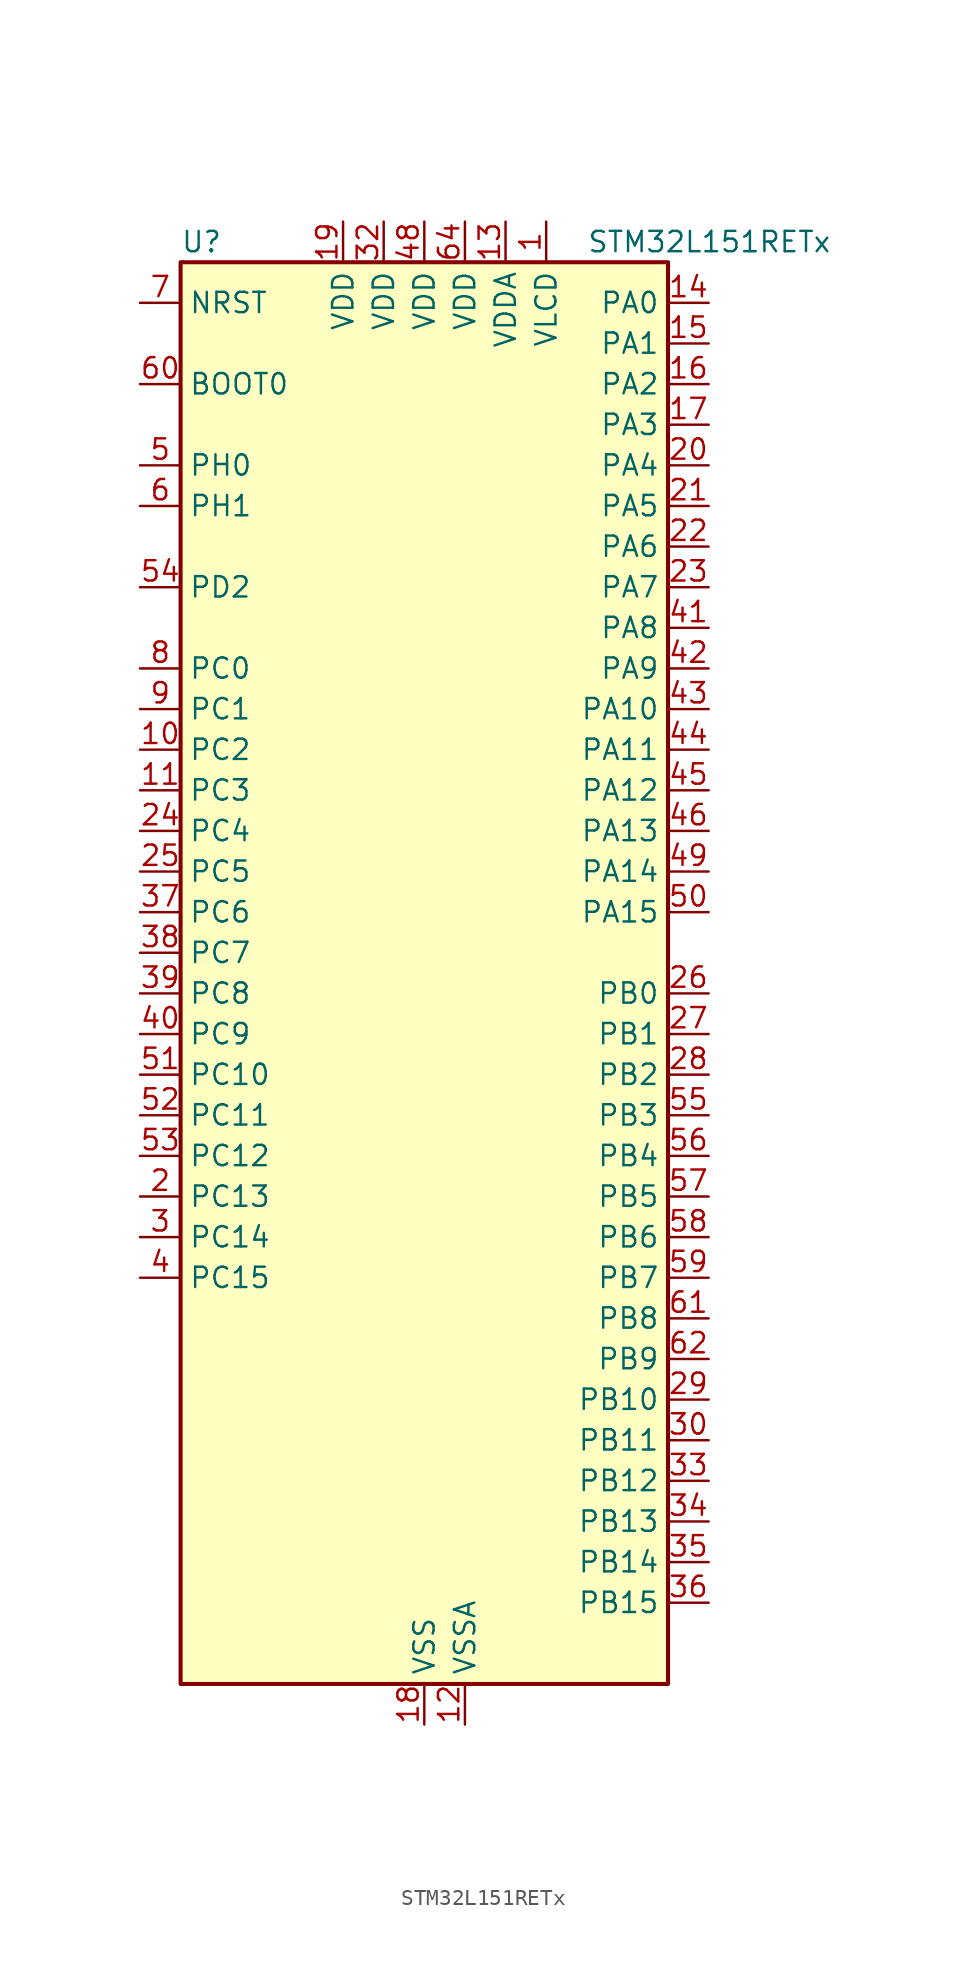
<source format=kicad_sym>
(kicad_symbol_lib
  (version 20231120)
  (generator "kicad-library-utils")
  (generator_version "8.0")
  (symbol "STM32L151RETx"
    (property "Reference" "U"
      (at -15.24 46.99 0)
      (effects (font (size 1.27 1.27)) (justify left)))
    (property "Value" "STM32L151RETx"
      (at 10.16 46.99 0)
      (effects (font (size 1.27 1.27)) (justify left)))
    (symbol "STM32L151RETx_0_1"
      (rectangle (start -15.24 -43.18) (end 15.24 45.72) (stroke (width 0.254) (type default)) (fill (type background))))
    (symbol "STM32L151RETx_1_1"
      (pin power_in line (at 7.62 48.26 270) (length 2.54) (name "VLCD" (effects (font (size 1.27 1.27)))) (number "1" (effects (font (size 1.27 1.27)))))
      (pin bidirectional line (at -17.78 15.24 0) (length 2.54) (name "PC2" (effects (font (size 1.27 1.27)))) (number "10" (effects (font (size 1.27 1.27)))) (alternate "ADC_IN12" bidirectional line) (alternate "COMP1_INP" bidirectional line) (alternate "TIMX_IC3" bidirectional line) (alternate "TS_G8_IO3" bidirectional line))
      (pin bidirectional line (at -17.78 12.7 0) (length 2.54) (name "PC3" (effects (font (size 1.27 1.27)))) (number "11" (effects (font (size 1.27 1.27)))) (alternate "ADC_IN13" bidirectional line) (alternate "COMP1_INP" bidirectional line) (alternate "TIMX_IC4" bidirectional line) (alternate "TS_G8_IO4" bidirectional line))
      (pin power_in line (at 2.54 -45.72 90) (length 2.54) (name "VSSA" (effects (font (size 1.27 1.27)))) (number "12" (effects (font (size 1.27 1.27)))))
      (pin power_in line (at 5.08 48.26 270) (length 2.54) (name "VDDA" (effects (font (size 1.27 1.27)))) (number "13" (effects (font (size 1.27 1.27)))))
      (pin bidirectional line (at 17.78 43.18 180) (length 2.54) (name "PA0" (effects (font (size 1.27 1.27)))) (number "14" (effects (font (size 1.27 1.27)))) (alternate "ADC_IN0" bidirectional line) (alternate "COMP1_INP" bidirectional line) (alternate "RTC_TAMP2" bidirectional line) (alternate "SYS_WKUP1" bidirectional line) (alternate "TIM2_CH1" bidirectional line) (alternate "TIM2_ETR" bidirectional line) (alternate "TIM5_CH1" bidirectional line) (alternate "TIMX_IC1" bidirectional line) (alternate "TS_G1_IO1" bidirectional line) (alternate "USART2_CTS" bidirectional line))
      (pin bidirectional line (at 17.78 40.64 180) (length 2.54) (name "PA1" (effects (font (size 1.27 1.27)))) (number "15" (effects (font (size 1.27 1.27)))) (alternate "ADC_IN1" bidirectional line) (alternate "COMP1_INP" bidirectional line) (alternate "OPAMP1_VINP" bidirectional line) (alternate "TIM2_CH2" bidirectional line) (alternate "TIM5_CH2" bidirectional line) (alternate "TIMX_IC2" bidirectional line) (alternate "TS_G1_IO2" bidirectional line) (alternate "USART2_RTS" bidirectional line))
      (pin bidirectional line (at 17.78 38.1 180) (length 2.54) (name "PA2" (effects (font (size 1.27 1.27)))) (number "16" (effects (font (size 1.27 1.27)))) (alternate "ADC_IN2" bidirectional line) (alternate "COMP1_INP" bidirectional line) (alternate "OPAMP1_VINM" bidirectional line) (alternate "TIM2_CH3" bidirectional line) (alternate "TIM5_CH3" bidirectional line) (alternate "TIM9_CH1" bidirectional line) (alternate "TIMX_IC3" bidirectional line) (alternate "TS_G1_IO3" bidirectional line) (alternate "USART2_TX" bidirectional line))
      (pin bidirectional line (at 17.78 35.56 180) (length 2.54) (name "PA3" (effects (font (size 1.27 1.27)))) (number "17" (effects (font (size 1.27 1.27)))) (alternate "ADC_IN3" bidirectional line) (alternate "COMP1_INP" bidirectional line) (alternate "OPAMP1_VOUT" bidirectional line) (alternate "TIM2_CH4" bidirectional line) (alternate "TIM5_CH4" bidirectional line) (alternate "TIM9_CH2" bidirectional line) (alternate "TIMX_IC4" bidirectional line) (alternate "TS_G1_IO4" bidirectional line) (alternate "USART2_RX" bidirectional line))
      (pin power_in line (at 0 -45.72 90) (length 2.54) (name "VSS" (effects (font (size 1.27 1.27)))) (number "18" (effects (font (size 1.27 1.27)))))
      (pin power_in line (at -5.08 48.26 270) (length 2.54) (name "VDD" (effects (font (size 1.27 1.27)))) (number "19" (effects (font (size 1.27 1.27)))))
      (pin bidirectional line (at -17.78 -12.7 0) (length 2.54) (name "PC13" (effects (font (size 1.27 1.27)))) (number "2" (effects (font (size 1.27 1.27)))) (alternate "RTC_OUT_ALARM" bidirectional line) (alternate "RTC_OUT_CALIB" bidirectional line) (alternate "RTC_TAMP1" bidirectional line) (alternate "RTC_TS" bidirectional line) (alternate "SYS_WKUP2" bidirectional line) (alternate "TIMX_IC2" bidirectional line))
      (pin bidirectional line (at 17.78 33.02 180) (length 2.54) (name "PA4" (effects (font (size 1.27 1.27)))) (number "20" (effects (font (size 1.27 1.27)))) (alternate "ADC_IN4" bidirectional line) (alternate "COMP1_INP" bidirectional line) (alternate "DAC_OUT1" bidirectional line) (alternate "I2S3_WS" bidirectional line) (alternate "SPI1_NSS" bidirectional line) (alternate "SPI3_NSS" bidirectional line) (alternate "TIMX_IC1" bidirectional line) (alternate "USART2_CK" bidirectional line))
      (pin bidirectional line (at 17.78 30.48 180) (length 2.54) (name "PA5" (effects (font (size 1.27 1.27)))) (number "21" (effects (font (size 1.27 1.27)))) (alternate "ADC_IN5" bidirectional line) (alternate "COMP1_INP" bidirectional line) (alternate "DAC_OUT2" bidirectional line) (alternate "SPI1_SCK" bidirectional line) (alternate "TIM2_CH1" bidirectional line) (alternate "TIM2_ETR" bidirectional line) (alternate "TIMX_IC2" bidirectional line))
      (pin bidirectional line (at 17.78 27.94 180) (length 2.54) (name "PA6" (effects (font (size 1.27 1.27)))) (number "22" (effects (font (size 1.27 1.27)))) (alternate "ADC_IN6" bidirectional line) (alternate "COMP1_INP" bidirectional line) (alternate "OPAMP2_VINP" bidirectional line) (alternate "SPI1_MISO" bidirectional line) (alternate "TIM10_CH1" bidirectional line) (alternate "TIM3_CH1" bidirectional line) (alternate "TIMX_IC3" bidirectional line) (alternate "TS_G2_IO1" bidirectional line))
      (pin bidirectional line (at 17.78 25.4 180) (length 2.54) (name "PA7" (effects (font (size 1.27 1.27)))) (number "23" (effects (font (size 1.27 1.27)))) (alternate "ADC_IN7" bidirectional line) (alternate "COMP1_INP" bidirectional line) (alternate "OPAMP2_VINM" bidirectional line) (alternate "SPI1_MOSI" bidirectional line) (alternate "TIM11_CH1" bidirectional line) (alternate "TIM3_CH2" bidirectional line) (alternate "TIMX_IC4" bidirectional line) (alternate "TS_G2_IO2" bidirectional line))
      (pin bidirectional line (at -17.78 10.16 0) (length 2.54) (name "PC4" (effects (font (size 1.27 1.27)))) (number "24" (effects (font (size 1.27 1.27)))) (alternate "ADC_IN14" bidirectional line) (alternate "COMP1_INP" bidirectional line) (alternate "TIMX_IC1" bidirectional line) (alternate "TS_G9_IO1" bidirectional line))
      (pin bidirectional line (at -17.78 7.62 0) (length 2.54) (name "PC5" (effects (font (size 1.27 1.27)))) (number "25" (effects (font (size 1.27 1.27)))) (alternate "ADC_IN15" bidirectional line) (alternate "COMP1_INP" bidirectional line) (alternate "TIMX_IC2" bidirectional line) (alternate "TS_G9_IO2" bidirectional line))
      (pin bidirectional line (at 17.78 0 180) (length 2.54) (name "PB0" (effects (font (size 1.27 1.27)))) (number "26" (effects (font (size 1.27 1.27)))) (alternate "ADC_IN8" bidirectional line) (alternate "COMP1_INP" bidirectional line) (alternate "OPAMP2_VOUT" bidirectional line) (alternate "SYS_V_REF_OUT" bidirectional line) (alternate "TIM3_CH3" bidirectional line) (alternate "TS_G3_IO1" bidirectional line))
      (pin bidirectional line (at 17.78 -2.54 180) (length 2.54) (name "PB1" (effects (font (size 1.27 1.27)))) (number "27" (effects (font (size 1.27 1.27)))) (alternate "ADC_IN9" bidirectional line) (alternate "COMP1_INP" bidirectional line) (alternate "SYS_V_REF_OUT" bidirectional line) (alternate "TIM3_CH4" bidirectional line) (alternate "TS_G3_IO2" bidirectional line))
      (pin bidirectional line (at 17.78 -5.08 180) (length 2.54) (name "PB2" (effects (font (size 1.27 1.27)))) (number "28" (effects (font (size 1.27 1.27)))) (alternate "ADC_IN0b" bidirectional line) (alternate "TS_G3_IO3" bidirectional line))
      (pin bidirectional line (at 17.78 -25.4 180) (length 2.54) (name "PB10" (effects (font (size 1.27 1.27)))) (number "29" (effects (font (size 1.27 1.27)))) (alternate "I2C2_SCL" bidirectional line) (alternate "TIM2_CH3" bidirectional line) (alternate "USART3_TX" bidirectional line))
      (pin bidirectional line (at -17.78 -15.24 0) (length 2.54) (name "PC14" (effects (font (size 1.27 1.27)))) (number "3" (effects (font (size 1.27 1.27)))) (alternate "RCC_OSC32_IN" bidirectional line) (alternate "TIMX_IC3" bidirectional line))
      (pin bidirectional line (at 17.78 -27.94 180) (length 2.54) (name "PB11" (effects (font (size 1.27 1.27)))) (number "30" (effects (font (size 1.27 1.27)))) (alternate "ADC_EXTI11" bidirectional line) (alternate "I2C2_SDA" bidirectional line) (alternate "TIM2_CH4" bidirectional line) (alternate "USART3_RX" bidirectional line))
      (pin passive line (at 0 -45.72 90) (length 2.54) hide (name "VSS" (effects (font (size 1.27 1.27)))) (number "31" (effects (font (size 1.27 1.27)))))
      (pin power_in line (at -2.54 48.26 270) (length 2.54) (name "VDD" (effects (font (size 1.27 1.27)))) (number "32" (effects (font (size 1.27 1.27)))))
      (pin bidirectional line (at 17.78 -30.48 180) (length 2.54) (name "PB12" (effects (font (size 1.27 1.27)))) (number "33" (effects (font (size 1.27 1.27)))) (alternate "ADC_IN18" bidirectional line) (alternate "COMP1_INP" bidirectional line) (alternate "I2C2_SMBA" bidirectional line) (alternate "I2S2_WS" bidirectional line) (alternate "SPI2_NSS" bidirectional line) (alternate "TIM10_CH1" bidirectional line) (alternate "TS_G7_IO1" bidirectional line) (alternate "USART3_CK" bidirectional line))
      (pin bidirectional line (at 17.78 -33.02 180) (length 2.54) (name "PB13" (effects (font (size 1.27 1.27)))) (number "34" (effects (font (size 1.27 1.27)))) (alternate "ADC_IN19" bidirectional line) (alternate "COMP1_INP" bidirectional line) (alternate "I2S2_CK" bidirectional line) (alternate "SPI2_SCK" bidirectional line) (alternate "TIM9_CH1" bidirectional line) (alternate "TS_G7_IO2" bidirectional line) (alternate "USART3_CTS" bidirectional line))
      (pin bidirectional line (at 17.78 -35.56 180) (length 2.54) (name "PB14" (effects (font (size 1.27 1.27)))) (number "35" (effects (font (size 1.27 1.27)))) (alternate "ADC_IN20" bidirectional line) (alternate "COMP1_INP" bidirectional line) (alternate "SPI2_MISO" bidirectional line) (alternate "TIM9_CH2" bidirectional line) (alternate "TS_G7_IO3" bidirectional line) (alternate "USART3_RTS" bidirectional line))
      (pin bidirectional line (at 17.78 -38.1 180) (length 2.54) (name "PB15" (effects (font (size 1.27 1.27)))) (number "36" (effects (font (size 1.27 1.27)))) (alternate "ADC_EXTI15" bidirectional line) (alternate "ADC_IN21" bidirectional line) (alternate "COMP1_INP" bidirectional line) (alternate "I2S2_SD" bidirectional line) (alternate "RTC_REFIN" bidirectional line) (alternate "SPI2_MOSI" bidirectional line) (alternate "TIM11_CH1" bidirectional line) (alternate "TS_G7_IO4" bidirectional line))
      (pin bidirectional line (at -17.78 5.08 0) (length 2.54) (name "PC6" (effects (font (size 1.27 1.27)))) (number "37" (effects (font (size 1.27 1.27)))) (alternate "I2S2_MCK" bidirectional line) (alternate "TIM3_CH1" bidirectional line) (alternate "TIMX_IC3" bidirectional line) (alternate "TS_G10_IO1" bidirectional line))
      (pin bidirectional line (at -17.78 2.54 0) (length 2.54) (name "PC7" (effects (font (size 1.27 1.27)))) (number "38" (effects (font (size 1.27 1.27)))) (alternate "I2S3_MCK" bidirectional line) (alternate "TIM3_CH2" bidirectional line) (alternate "TIMX_IC4" bidirectional line) (alternate "TS_G10_IO2" bidirectional line))
      (pin bidirectional line (at -17.78 0 0) (length 2.54) (name "PC8" (effects (font (size 1.27 1.27)))) (number "39" (effects (font (size 1.27 1.27)))) (alternate "TIM3_CH3" bidirectional line) (alternate "TIMX_IC1" bidirectional line) (alternate "TS_G10_IO3" bidirectional line))
      (pin bidirectional line (at -17.78 -17.78 0) (length 2.54) (name "PC15" (effects (font (size 1.27 1.27)))) (number "4" (effects (font (size 1.27 1.27)))) (alternate "ADC_EXTI15" bidirectional line) (alternate "RCC_OSC32_OUT" bidirectional line) (alternate "TIMX_IC4" bidirectional line))
      (pin bidirectional line (at -17.78 -2.54 0) (length 2.54) (name "PC9" (effects (font (size 1.27 1.27)))) (number "40" (effects (font (size 1.27 1.27)))) (alternate "DAC_EXTI9" bidirectional line) (alternate "TIM3_CH4" bidirectional line) (alternate "TIMX_IC2" bidirectional line) (alternate "TS_G10_IO4" bidirectional line))
      (pin bidirectional line (at 17.78 22.86 180) (length 2.54) (name "PA8" (effects (font (size 1.27 1.27)))) (number "41" (effects (font (size 1.27 1.27)))) (alternate "RCC_MCO" bidirectional line) (alternate "TIMX_IC1" bidirectional line) (alternate "TS_G4_IO1" bidirectional line) (alternate "USART1_CK" bidirectional line))
      (pin bidirectional line (at 17.78 20.32 180) (length 2.54) (name "PA9" (effects (font (size 1.27 1.27)))) (number "42" (effects (font (size 1.27 1.27)))) (alternate "DAC_EXTI9" bidirectional line) (alternate "TIMX_IC2" bidirectional line) (alternate "TS_G4_IO2" bidirectional line) (alternate "USART1_TX" bidirectional line))
      (pin bidirectional line (at 17.78 17.78 180) (length 2.54) (name "PA10" (effects (font (size 1.27 1.27)))) (number "43" (effects (font (size 1.27 1.27)))) (alternate "TIMX_IC3" bidirectional line) (alternate "TS_G4_IO3" bidirectional line) (alternate "USART1_RX" bidirectional line))
      (pin bidirectional line (at 17.78 15.24 180) (length 2.54) (name "PA11" (effects (font (size 1.27 1.27)))) (number "44" (effects (font (size 1.27 1.27)))) (alternate "ADC_EXTI11" bidirectional line) (alternate "SPI1_MISO" bidirectional line) (alternate "TIMX_IC4" bidirectional line) (alternate "USART1_CTS" bidirectional line) (alternate "USB_DM" bidirectional line))
      (pin bidirectional line (at 17.78 12.7 180) (length 2.54) (name "PA12" (effects (font (size 1.27 1.27)))) (number "45" (effects (font (size 1.27 1.27)))) (alternate "SPI1_MOSI" bidirectional line) (alternate "TIMX_IC1" bidirectional line) (alternate "USART1_RTS" bidirectional line) (alternate "USB_DP" bidirectional line))
      (pin bidirectional line (at 17.78 10.16 180) (length 2.54) (name "PA13" (effects (font (size 1.27 1.27)))) (number "46" (effects (font (size 1.27 1.27)))) (alternate "SYS_JTMS-SWDIO" bidirectional line) (alternate "TIMX_IC2" bidirectional line) (alternate "TS_G5_IO1" bidirectional line))
      (pin passive line (at 0 -45.72 90) (length 2.54) hide (name "VSS" (effects (font (size 1.27 1.27)))) (number "47" (effects (font (size 1.27 1.27)))))
      (pin power_in line (at 0 48.26 270) (length 2.54) (name "VDD" (effects (font (size 1.27 1.27)))) (number "48" (effects (font (size 1.27 1.27)))))
      (pin bidirectional line (at 17.78 7.62 180) (length 2.54) (name "PA14" (effects (font (size 1.27 1.27)))) (number "49" (effects (font (size 1.27 1.27)))) (alternate "SYS_JTCK-SWCLK" bidirectional line) (alternate "TIMX_IC3" bidirectional line) (alternate "TS_G5_IO2" bidirectional line))
      (pin bidirectional line (at -17.78 33.02 0) (length 2.54) (name "PH0" (effects (font (size 1.27 1.27)))) (number "5" (effects (font (size 1.27 1.27)))) (alternate "RCC_OSC_IN" bidirectional line))
      (pin bidirectional line (at 17.78 5.08 180) (length 2.54) (name "PA15" (effects (font (size 1.27 1.27)))) (number "50" (effects (font (size 1.27 1.27)))) (alternate "ADC_EXTI15" bidirectional line) (alternate "I2S3_WS" bidirectional line) (alternate "SPI1_NSS" bidirectional line) (alternate "SPI3_NSS" bidirectional line) (alternate "SYS_JTDI" bidirectional line) (alternate "TIM2_CH1" bidirectional line) (alternate "TIM2_ETR" bidirectional line) (alternate "TIMX_IC4" bidirectional line) (alternate "TS_G5_IO3" bidirectional line))
      (pin bidirectional line (at -17.78 -5.08 0) (length 2.54) (name "PC10" (effects (font (size 1.27 1.27)))) (number "51" (effects (font (size 1.27 1.27)))) (alternate "I2S3_CK" bidirectional line) (alternate "SPI3_SCK" bidirectional line) (alternate "TIMX_IC3" bidirectional line) (alternate "UART4_TX" bidirectional line) (alternate "USART3_TX" bidirectional line))
      (pin bidirectional line (at -17.78 -7.62 0) (length 2.54) (name "PC11" (effects (font (size 1.27 1.27)))) (number "52" (effects (font (size 1.27 1.27)))) (alternate "ADC_EXTI11" bidirectional line) (alternate "SPI3_MISO" bidirectional line) (alternate "TIMX_IC4" bidirectional line) (alternate "UART4_RX" bidirectional line) (alternate "USART3_RX" bidirectional line))
      (pin bidirectional line (at -17.78 -10.16 0) (length 2.54) (name "PC12" (effects (font (size 1.27 1.27)))) (number "53" (effects (font (size 1.27 1.27)))) (alternate "I2S3_SD" bidirectional line) (alternate "SPI3_MOSI" bidirectional line) (alternate "TIMX_IC1" bidirectional line) (alternate "UART5_TX" bidirectional line) (alternate "USART3_CK" bidirectional line))
      (pin bidirectional line (at -17.78 25.4 0) (length 2.54) (name "PD2" (effects (font (size 1.27 1.27)))) (number "54" (effects (font (size 1.27 1.27)))) (alternate "TIM3_ETR" bidirectional line) (alternate "TIMX_IC3" bidirectional line) (alternate "UART5_RX" bidirectional line))
      (pin bidirectional line (at 17.78 -7.62 180) (length 2.54) (name "PB3" (effects (font (size 1.27 1.27)))) (number "55" (effects (font (size 1.27 1.27)))) (alternate "COMP2_INM" bidirectional line) (alternate "I2S3_CK" bidirectional line) (alternate "SPI1_SCK" bidirectional line) (alternate "SPI3_SCK" bidirectional line) (alternate "SYS_JTDO-TRACESWO" bidirectional line) (alternate "TIM2_CH2" bidirectional line))
      (pin bidirectional line (at 17.78 -10.16 180) (length 2.54) (name "PB4" (effects (font (size 1.27 1.27)))) (number "56" (effects (font (size 1.27 1.27)))) (alternate "COMP2_INP" bidirectional line) (alternate "SPI1_MISO" bidirectional line) (alternate "SPI3_MISO" bidirectional line) (alternate "SYS_JTRST" bidirectional line) (alternate "TIM3_CH1" bidirectional line) (alternate "TS_G6_IO1" bidirectional line))
      (pin bidirectional line (at 17.78 -12.7 180) (length 2.54) (name "PB5" (effects (font (size 1.27 1.27)))) (number "57" (effects (font (size 1.27 1.27)))) (alternate "COMP2_INP" bidirectional line) (alternate "I2C1_SMBA" bidirectional line) (alternate "I2S3_SD" bidirectional line) (alternate "SPI1_MOSI" bidirectional line) (alternate "SPI3_MOSI" bidirectional line) (alternate "TIM3_CH2" bidirectional line) (alternate "TS_G6_IO2" bidirectional line))
      (pin bidirectional line (at 17.78 -15.24 180) (length 2.54) (name "PB6" (effects (font (size 1.27 1.27)))) (number "58" (effects (font (size 1.27 1.27)))) (alternate "COMP2_INP" bidirectional line) (alternate "I2C1_SCL" bidirectional line) (alternate "TIM4_CH1" bidirectional line) (alternate "TS_G6_IO3" bidirectional line) (alternate "USART1_TX" bidirectional line))
      (pin bidirectional line (at 17.78 -17.78 180) (length 2.54) (name "PB7" (effects (font (size 1.27 1.27)))) (number "59" (effects (font (size 1.27 1.27)))) (alternate "COMP2_INP" bidirectional line) (alternate "I2C1_SDA" bidirectional line) (alternate "SYS_PVD_IN" bidirectional line) (alternate "TIM4_CH2" bidirectional line) (alternate "TS_G6_IO4" bidirectional line) (alternate "USART1_RX" bidirectional line))
      (pin bidirectional line (at -17.78 30.48 0) (length 2.54) (name "PH1" (effects (font (size 1.27 1.27)))) (number "6" (effects (font (size 1.27 1.27)))) (alternate "RCC_OSC_OUT" bidirectional line))
      (pin input line (at -17.78 38.1 0) (length 2.54) (name "BOOT0" (effects (font (size 1.27 1.27)))) (number "60" (effects (font (size 1.27 1.27)))))
      (pin bidirectional line (at 17.78 -20.32 180) (length 2.54) (name "PB8" (effects (font (size 1.27 1.27)))) (number "61" (effects (font (size 1.27 1.27)))) (alternate "I2C1_SCL" bidirectional line) (alternate "TIM10_CH1" bidirectional line) (alternate "TIM4_CH3" bidirectional line))
      (pin bidirectional line (at 17.78 -22.86 180) (length 2.54) (name "PB9" (effects (font (size 1.27 1.27)))) (number "62" (effects (font (size 1.27 1.27)))) (alternate "DAC_EXTI9" bidirectional line) (alternate "I2C1_SDA" bidirectional line) (alternate "TIM11_CH1" bidirectional line) (alternate "TIM4_CH4" bidirectional line))
      (pin passive line (at 0 -45.72 90) (length 2.54) hide (name "VSS" (effects (font (size 1.27 1.27)))) (number "63" (effects (font (size 1.27 1.27)))))
      (pin power_in line (at 2.54 48.26 270) (length 2.54) (name "VDD" (effects (font (size 1.27 1.27)))) (number "64" (effects (font (size 1.27 1.27)))))
      (pin input line (at -17.78 43.18 0) (length 2.54) (name "NRST" (effects (font (size 1.27 1.27)))) (number "7" (effects (font (size 1.27 1.27)))))
      (pin bidirectional line (at -17.78 20.32 0) (length 2.54) (name "PC0" (effects (font (size 1.27 1.27)))) (number "8" (effects (font (size 1.27 1.27)))) (alternate "ADC_IN10" bidirectional line) (alternate "COMP1_INP" bidirectional line) (alternate "TIMX_IC1" bidirectional line) (alternate "TS_G8_IO1" bidirectional line))
      (pin bidirectional line (at -17.78 17.78 0) (length 2.54) (name "PC1" (effects (font (size 1.27 1.27)))) (number "9" (effects (font (size 1.27 1.27)))) (alternate "ADC_IN11" bidirectional line) (alternate "COMP1_INP" bidirectional line) (alternate "TIMX_IC2" bidirectional line) (alternate "TS_G8_IO2" bidirectional line)))))
</source>
